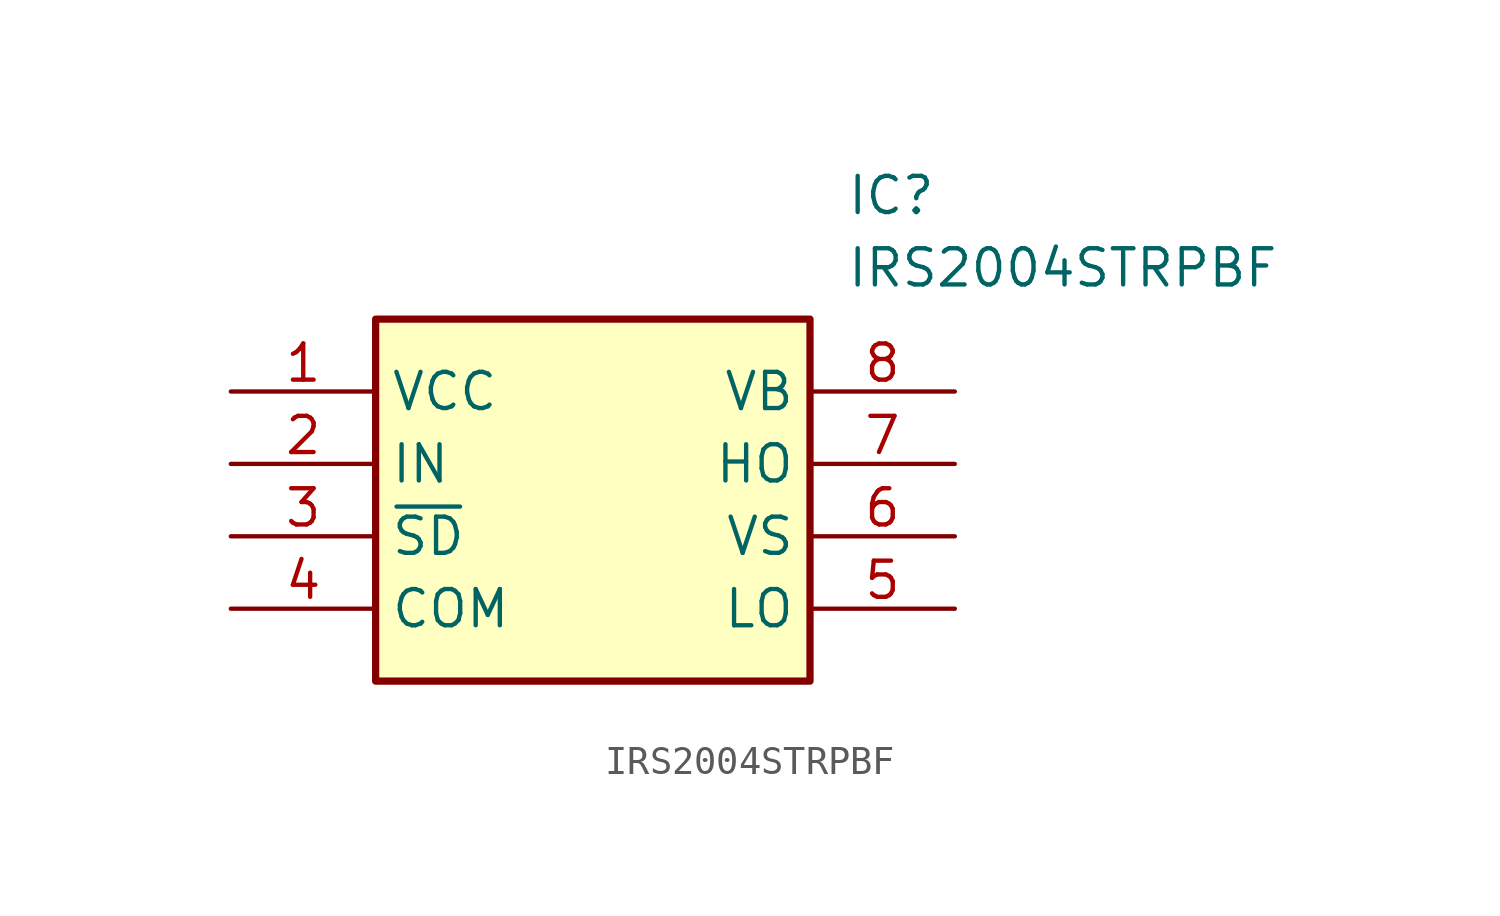
<source format=kicad_sym>
(kicad_symbol_lib
  (version 20211014)
  (generator SamacSys_ECAD_Model)
  (symbol "IRS2004STRPBF"
    (property "Reference" "IC"
      (at 21.59 7.62 0)
      (effects (font (size 1.27 1.27)) (justify left top)))
    (property "Value" "IRS2004STRPBF"
      (at 21.59 5.08 0)
      (effects (font (size 1.27 1.27)) (justify left top)))
    (rectangle
      (start 5.08 2.54)
      (end 20.32 -10.16)
      (stroke (width 0.254) (type default))
      (fill (type background)))
    (pin passive line
      (at 0 0 0)
      (length 5.08)
      (name "VCC" (effects (font (size 1.27 1.27))))
      (number "1" (effects (font (size 1.27 1.27)))))
    (pin passive line
      (at 0 -2.54 0)
      (length 5.08)
      (name "IN" (effects (font (size 1.27 1.27))))
      (number "2" (effects (font (size 1.27 1.27)))))
    (pin passive line
      (at 0 -5.08 0)
      (length 5.08)
      (name "~{SD}" (effects (font (size 1.27 1.27))))
      (number "3" (effects (font (size 1.27 1.27)))))
    (pin passive line
      (at 0 -7.62 0)
      (length 5.08)
      (name "COM" (effects (font (size 1.27 1.27))))
      (number "4" (effects (font (size 1.27 1.27)))))
    (pin passive line
      (at 25.4 0 180)
      (length 5.08)
      (name "VB" (effects (font (size 1.27 1.27))))
      (number "8" (effects (font (size 1.27 1.27)))))
    (pin passive line
      (at 25.4 -2.54 180)
      (length 5.08)
      (name "HO" (effects (font (size 1.27 1.27))))
      (number "7" (effects (font (size 1.27 1.27)))))
    (pin passive line
      (at 25.4 -5.08 180)
      (length 5.08)
      (name "VS" (effects (font (size 1.27 1.27))))
      (number "6" (effects (font (size 1.27 1.27)))))
    (pin passive line
      (at 25.4 -7.62 180)
      (length 5.08)
      (name "LO" (effects (font (size 1.27 1.27))))
      (number "5" (effects (font (size 1.27 1.27)))))))
</source>
